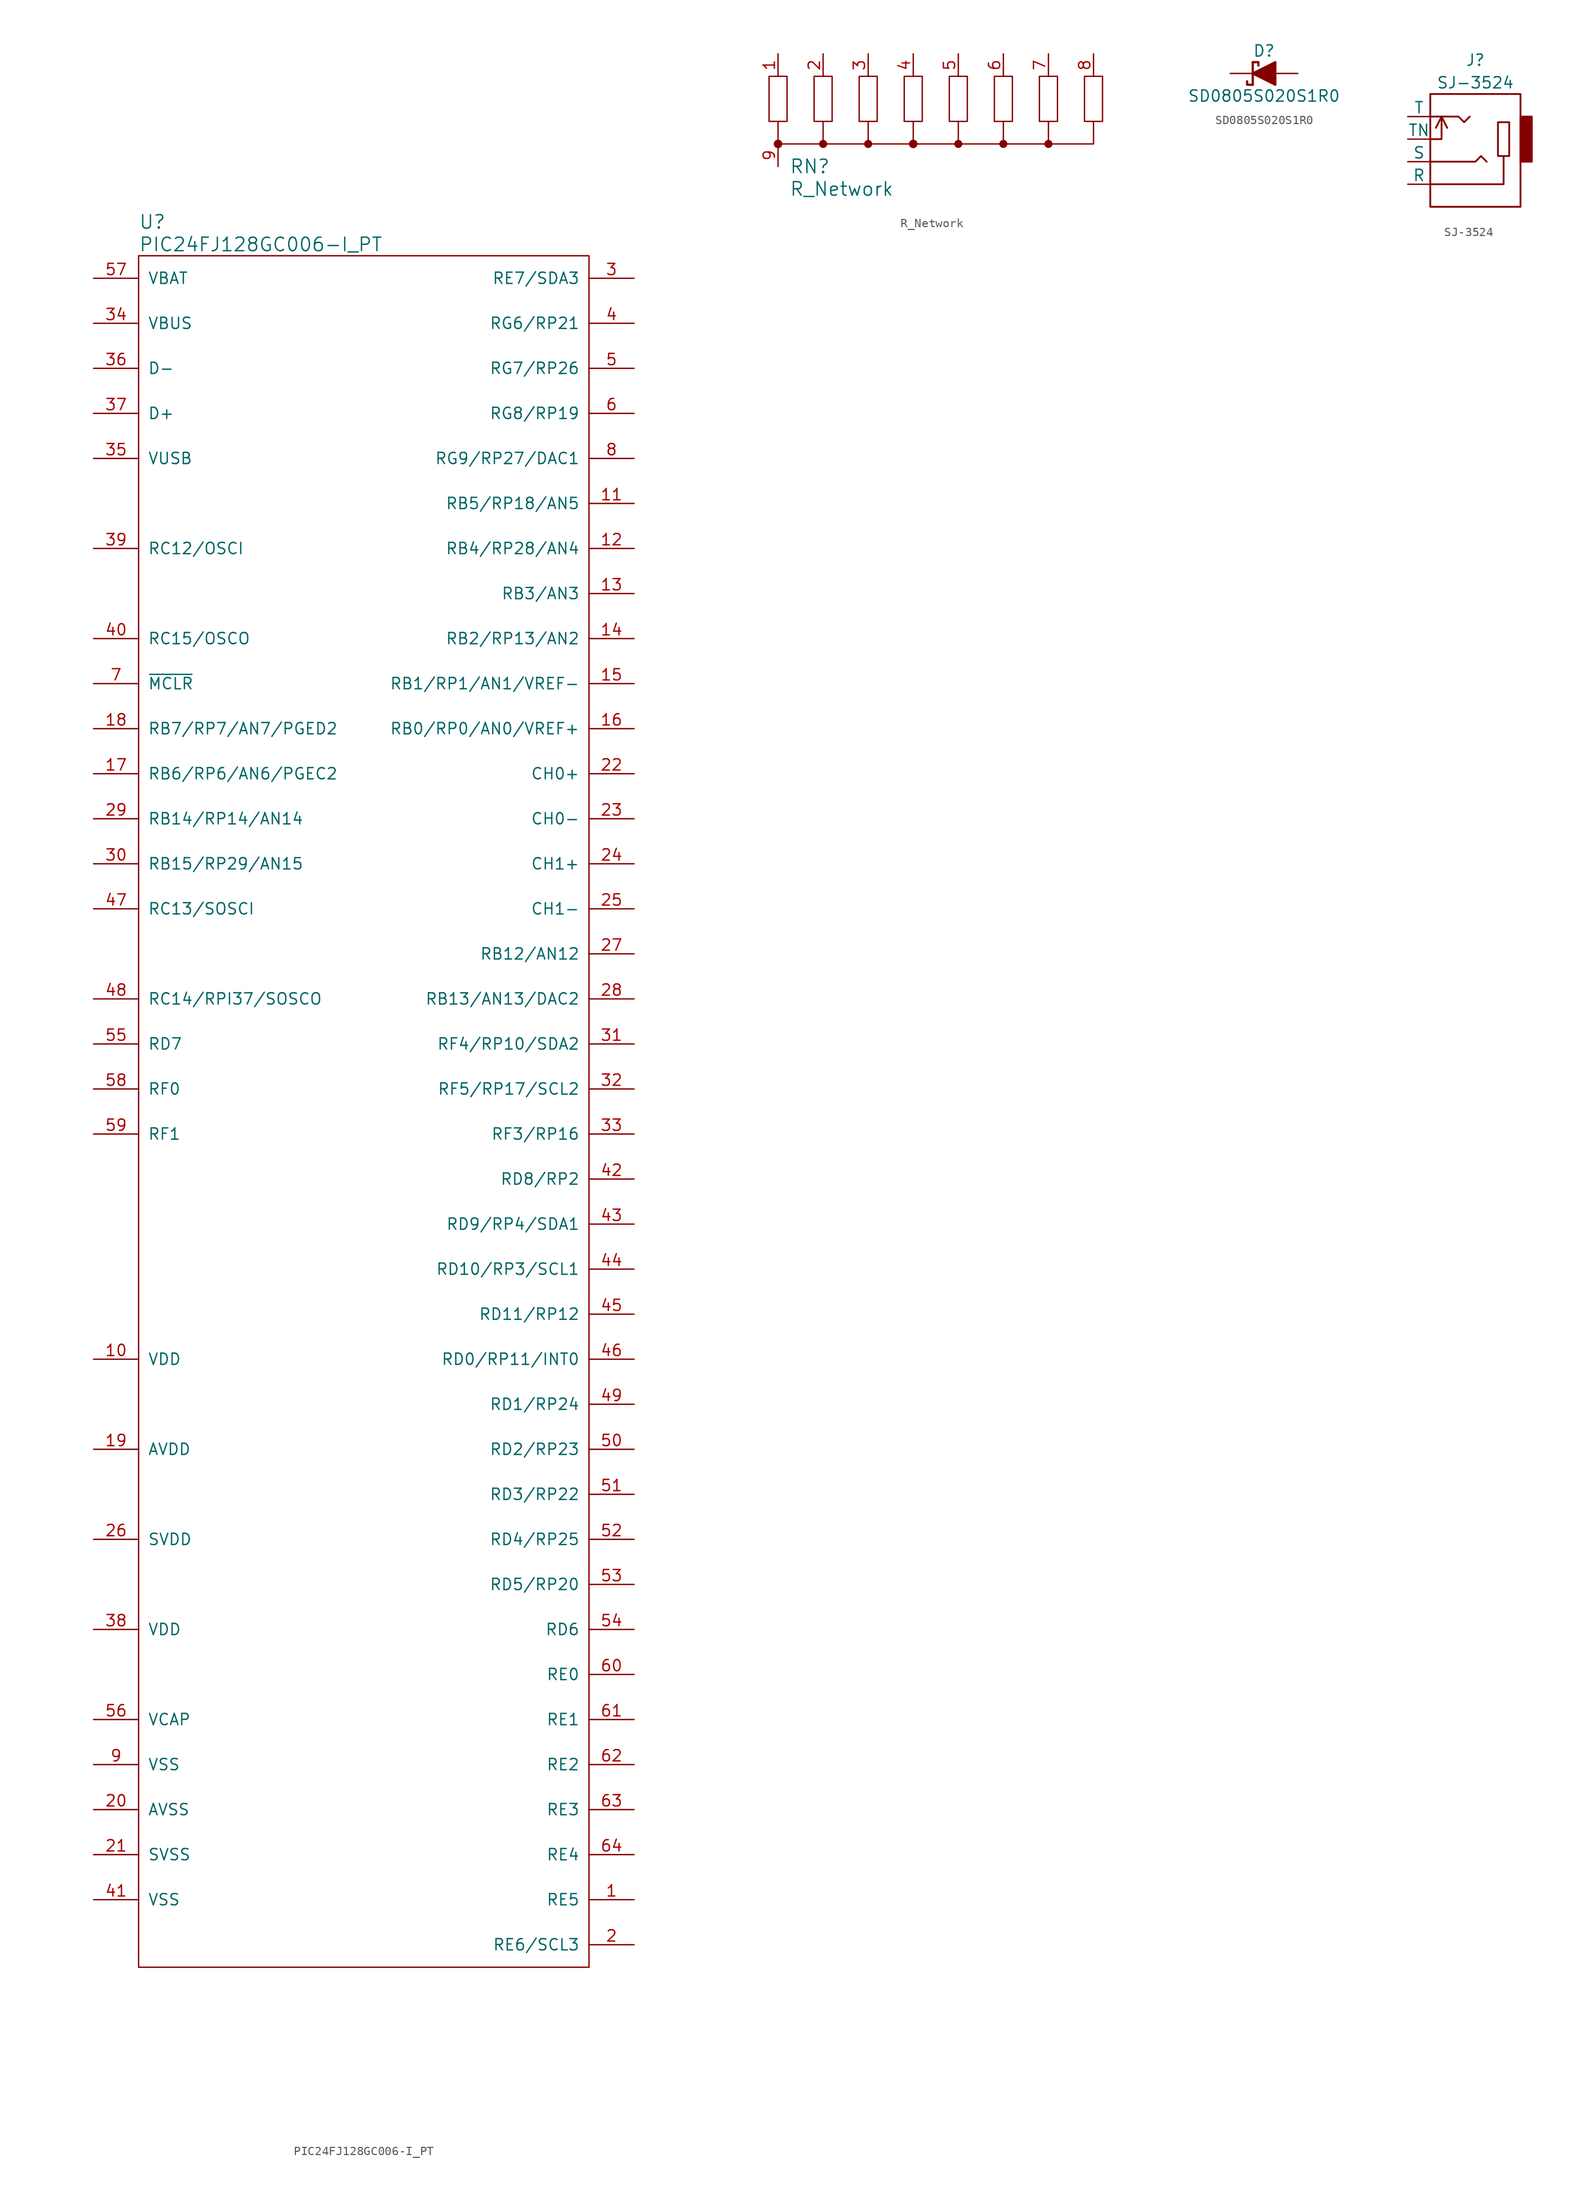
<source format=kicad_sym>
(kicad_symbol_lib
  (version 20211014)
  (generator kicad_symbol_editor)
  (symbol "PIC24FJ128GC006-I_PT"
    (pin_names
      (offset 1.016))
    (property "Reference" "U"
      (at -25.4 100.33 0)
      (effects (font (size 1.524 1.524)) (justify left)))
    (property "Value" "PIC24FJ128GC006-I_PT"
      (at -25.4 97.79 0)
      (effects (font (size 1.524 1.524)) (justify left)))
    (symbol "PIC24FJ128GC006-I_PT_0_1"
      (rectangle (start 25.4 96.52) (end -25.4 -96.52) (stroke (width 0) (type default) (color 0 0 0 0)) (fill (type none))))
    (symbol "PIC24FJ128GC006-I_PT_1_1"
      (pin input line (at 30.48 -88.9 180) (length 5.08) (name "RE5" (effects (font (size 1.27 1.27)))) (number "1" (effects (font (size 1.27 1.27)))))
      (pin input line (at -30.48 -27.94 0) (length 5.08) (name "VDD" (effects (font (size 1.27 1.27)))) (number "10" (effects (font (size 1.27 1.27)))))
      (pin input line (at 30.48 68.58 180) (length 5.08) (name "RB5/RP18/AN5" (effects (font (size 1.27 1.27)))) (number "11" (effects (font (size 1.27 1.27)))))
      (pin input line (at 30.48 63.5 180) (length 5.08) (name "RB4/RP28/AN4" (effects (font (size 1.27 1.27)))) (number "12" (effects (font (size 1.27 1.27)))))
      (pin input line (at 30.48 58.42 180) (length 5.08) (name "RB3/AN3" (effects (font (size 1.27 1.27)))) (number "13" (effects (font (size 1.27 1.27)))))
      (pin input line (at 30.48 53.34 180) (length 5.08) (name "RB2/RP13/AN2" (effects (font (size 1.27 1.27)))) (number "14" (effects (font (size 1.27 1.27)))))
      (pin input line (at 30.48 48.26 180) (length 5.08) (name "RB1/RP1/AN1/VREF-" (effects (font (size 1.27 1.27)))) (number "15" (effects (font (size 1.27 1.27)))))
      (pin input line (at 30.48 43.18 180) (length 5.08) (name "RB0/RP0/AN0/VREF+" (effects (font (size 1.27 1.27)))) (number "16" (effects (font (size 1.27 1.27)))))
      (pin input line (at -30.48 38.1 0) (length 5.08) (name "RB6/RP6/AN6/PGEC2" (effects (font (size 1.27 1.27)))) (number "17" (effects (font (size 1.27 1.27)))))
      (pin input line (at -30.48 43.18 0) (length 5.08) (name "RB7/RP7/AN7/PGED2" (effects (font (size 1.27 1.27)))) (number "18" (effects (font (size 1.27 1.27)))))
      (pin input line (at -30.48 -38.1 0) (length 5.08) (name "AVDD" (effects (font (size 1.27 1.27)))) (number "19" (effects (font (size 1.27 1.27)))))
      (pin input line (at 30.48 -93.98 180) (length 5.08) (name "RE6/SCL3" (effects (font (size 1.27 1.27)))) (number "2" (effects (font (size 1.27 1.27)))))
      (pin input line (at -30.48 -78.74 0) (length 5.08) (name "AVSS" (effects (font (size 1.27 1.27)))) (number "20" (effects (font (size 1.27 1.27)))))
      (pin input line (at -30.48 -83.82 0) (length 5.08) (name "SVSS" (effects (font (size 1.27 1.27)))) (number "21" (effects (font (size 1.27 1.27)))))
      (pin input line (at 30.48 38.1 180) (length 5.08) (name "CH0+" (effects (font (size 1.27 1.27)))) (number "22" (effects (font (size 1.27 1.27)))))
      (pin input line (at 30.48 33.02 180) (length 5.08) (name "CH0-" (effects (font (size 1.27 1.27)))) (number "23" (effects (font (size 1.27 1.27)))))
      (pin input line (at 30.48 27.94 180) (length 5.08) (name "CH1+" (effects (font (size 1.27 1.27)))) (number "24" (effects (font (size 1.27 1.27)))))
      (pin input line (at 30.48 22.86 180) (length 5.08) (name "CH1-" (effects (font (size 1.27 1.27)))) (number "25" (effects (font (size 1.27 1.27)))))
      (pin input line (at -30.48 -48.26 0) (length 5.08) (name "SVDD" (effects (font (size 1.27 1.27)))) (number "26" (effects (font (size 1.27 1.27)))))
      (pin input line (at 30.48 17.78 180) (length 5.08) (name "RB12/AN12" (effects (font (size 1.27 1.27)))) (number "27" (effects (font (size 1.27 1.27)))))
      (pin input line (at 30.48 12.7 180) (length 5.08) (name "RB13/AN13/DAC2" (effects (font (size 1.27 1.27)))) (number "28" (effects (font (size 1.27 1.27)))))
      (pin input line (at -30.48 33.02 0) (length 5.08) (name "RB14/RP14/AN14" (effects (font (size 1.27 1.27)))) (number "29" (effects (font (size 1.27 1.27)))))
      (pin input line (at 30.48 93.98 180) (length 5.08) (name "RE7/SDA3" (effects (font (size 1.27 1.27)))) (number "3" (effects (font (size 1.27 1.27)))))
      (pin input line (at -30.48 27.94 0) (length 5.08) (name "RB15/RP29/AN15" (effects (font (size 1.27 1.27)))) (number "30" (effects (font (size 1.27 1.27)))))
      (pin input line (at 30.48 7.62 180) (length 5.08) (name "RF4/RP10/SDA2" (effects (font (size 1.27 1.27)))) (number "31" (effects (font (size 1.27 1.27)))))
      (pin input line (at 30.48 2.54 180) (length 5.08) (name "RF5/RP17/SCL2" (effects (font (size 1.27 1.27)))) (number "32" (effects (font (size 1.27 1.27)))))
      (pin input line (at 30.48 -2.54 180) (length 5.08) (name "RF3/RP16" (effects (font (size 1.27 1.27)))) (number "33" (effects (font (size 1.27 1.27)))))
      (pin input line (at -30.48 88.9 0) (length 5.08) (name "VBUS" (effects (font (size 1.27 1.27)))) (number "34" (effects (font (size 1.27 1.27)))))
      (pin input line (at -30.48 73.66 0) (length 5.08) (name "VUSB" (effects (font (size 1.27 1.27)))) (number "35" (effects (font (size 1.27 1.27)))))
      (pin input line (at -30.48 83.82 0) (length 5.08) (name "D-" (effects (font (size 1.27 1.27)))) (number "36" (effects (font (size 1.27 1.27)))))
      (pin input line (at -30.48 78.74 0) (length 5.08) (name "D+" (effects (font (size 1.27 1.27)))) (number "37" (effects (font (size 1.27 1.27)))))
      (pin input line (at -30.48 -58.42 0) (length 5.08) (name "VDD" (effects (font (size 1.27 1.27)))) (number "38" (effects (font (size 1.27 1.27)))))
      (pin input line (at -30.48 63.5 0) (length 5.08) (name "RC12/OSCI" (effects (font (size 1.27 1.27)))) (number "39" (effects (font (size 1.27 1.27)))))
      (pin input line (at 30.48 88.9 180) (length 5.08) (name "RG6/RP21" (effects (font (size 1.27 1.27)))) (number "4" (effects (font (size 1.27 1.27)))))
      (pin input line (at -30.48 53.34 0) (length 5.08) (name "RC15/OSCO" (effects (font (size 1.27 1.27)))) (number "40" (effects (font (size 1.27 1.27)))))
      (pin input line (at -30.48 -88.9 0) (length 5.08) (name "VSS" (effects (font (size 1.27 1.27)))) (number "41" (effects (font (size 1.27 1.27)))))
      (pin input line (at 30.48 -7.62 180) (length 5.08) (name "RD8/RP2" (effects (font (size 1.27 1.27)))) (number "42" (effects (font (size 1.27 1.27)))))
      (pin input line (at 30.48 -12.7 180) (length 5.08) (name "RD9/RP4/SDA1" (effects (font (size 1.27 1.27)))) (number "43" (effects (font (size 1.27 1.27)))))
      (pin input line (at 30.48 -17.78 180) (length 5.08) (name "RD10/RP3/SCL1" (effects (font (size 1.27 1.27)))) (number "44" (effects (font (size 1.27 1.27)))))
      (pin input line (at 30.48 -22.86 180) (length 5.08) (name "RD11/RP12" (effects (font (size 1.27 1.27)))) (number "45" (effects (font (size 1.27 1.27)))))
      (pin input line (at 30.48 -27.94 180) (length 5.08) (name "RD0/RP11/INT0" (effects (font (size 1.27 1.27)))) (number "46" (effects (font (size 1.27 1.27)))))
      (pin input line (at -30.48 22.86 0) (length 5.08) (name "RC13/SOSCI" (effects (font (size 1.27 1.27)))) (number "47" (effects (font (size 1.27 1.27)))))
      (pin input line (at -30.48 12.7 0) (length 5.08) (name "RC14/RPI37/SOSCO" (effects (font (size 1.27 1.27)))) (number "48" (effects (font (size 1.27 1.27)))))
      (pin input line (at 30.48 -33.02 180) (length 5.08) (name "RD1/RP24" (effects (font (size 1.27 1.27)))) (number "49" (effects (font (size 1.27 1.27)))))
      (pin input line (at 30.48 83.82 180) (length 5.08) (name "RG7/RP26" (effects (font (size 1.27 1.27)))) (number "5" (effects (font (size 1.27 1.27)))))
      (pin input line (at 30.48 -38.1 180) (length 5.08) (name "RD2/RP23" (effects (font (size 1.27 1.27)))) (number "50" (effects (font (size 1.27 1.27)))))
      (pin input line (at 30.48 -43.18 180) (length 5.08) (name "RD3/RP22" (effects (font (size 1.27 1.27)))) (number "51" (effects (font (size 1.27 1.27)))))
      (pin input line (at 30.48 -48.26 180) (length 5.08) (name "RD4/RP25" (effects (font (size 1.27 1.27)))) (number "52" (effects (font (size 1.27 1.27)))))
      (pin input line (at 30.48 -53.34 180) (length 5.08) (name "RD5/RP20" (effects (font (size 1.27 1.27)))) (number "53" (effects (font (size 1.27 1.27)))))
      (pin input line (at 30.48 -58.42 180) (length 5.08) (name "RD6" (effects (font (size 1.27 1.27)))) (number "54" (effects (font (size 1.27 1.27)))))
      (pin input line (at -30.48 7.62 0) (length 5.08) (name "RD7" (effects (font (size 1.27 1.27)))) (number "55" (effects (font (size 1.27 1.27)))))
      (pin input line (at -30.48 -68.58 0) (length 5.08) (name "VCAP" (effects (font (size 1.27 1.27)))) (number "56" (effects (font (size 1.27 1.27)))))
      (pin input line (at -30.48 93.98 0) (length 5.08) (name "VBAT" (effects (font (size 1.27 1.27)))) (number "57" (effects (font (size 1.27 1.27)))))
      (pin input line (at -30.48 2.54 0) (length 5.08) (name "RF0" (effects (font (size 1.27 1.27)))) (number "58" (effects (font (size 1.27 1.27)))))
      (pin input line (at -30.48 -2.54 0) (length 5.08) (name "RF1" (effects (font (size 1.27 1.27)))) (number "59" (effects (font (size 1.27 1.27)))))
      (pin input line (at 30.48 78.74 180) (length 5.08) (name "RG8/RP19" (effects (font (size 1.27 1.27)))) (number "6" (effects (font (size 1.27 1.27)))))
      (pin input line (at 30.48 -63.5 180) (length 5.08) (name "RE0" (effects (font (size 1.27 1.27)))) (number "60" (effects (font (size 1.27 1.27)))))
      (pin input line (at 30.48 -68.58 180) (length 5.08) (name "RE1" (effects (font (size 1.27 1.27)))) (number "61" (effects (font (size 1.27 1.27)))))
      (pin input line (at 30.48 -73.66 180) (length 5.08) (name "RE2" (effects (font (size 1.27 1.27)))) (number "62" (effects (font (size 1.27 1.27)))))
      (pin input line (at 30.48 -78.74 180) (length 5.08) (name "RE3" (effects (font (size 1.27 1.27)))) (number "63" (effects (font (size 1.27 1.27)))))
      (pin input line (at 30.48 -83.82 180) (length 5.08) (name "RE4" (effects (font (size 1.27 1.27)))) (number "64" (effects (font (size 1.27 1.27)))))
      (pin input line (at -30.48 48.26 0) (length 5.08) (name "~{MCLR}" (effects (font (size 1.27 1.27)))) (number "7" (effects (font (size 1.27 1.27)))))
      (pin input line (at 30.48 73.66 180) (length 5.08) (name "RG9/RP27/DAC1" (effects (font (size 1.27 1.27)))) (number "8" (effects (font (size 1.27 1.27)))))
      (pin input line (at -30.48 -73.66 0) (length 5.08) (name "VSS" (effects (font (size 1.27 1.27)))) (number "9" (effects (font (size 1.27 1.27)))))))
  (symbol "R_Network"
    (pin_names
      (offset 1.016))
    (property "Reference" "RN"
      (at -16.51 -7.62 0)
      (effects (font (size 1.524 1.524)) (justify left)))
    (property "Value" "R_Network"
      (at -16.51 -10.16 0)
      (effects (font (size 1.524 1.524)) (justify left)))
    (symbol "R_Network_0_1"
      (rectangle (start -18.796 2.54) (end -16.764 -2.54) (stroke (width 0) (type default) (color 0 0 0 0)) (fill (type none)))
      (circle (center -17.78 -5.08) (radius 0.406) (stroke (width 0) (type default) (color 0 0 0 0)) (fill (type outline)))
      (circle (center -12.7 -5.08) (radius 0.381) (stroke (width 0) (type default) (color 0 0 0 0)) (fill (type outline)))
      (rectangle (start -11.684 2.54) (end -13.716 -2.54) (stroke (width 0) (type default) (color 0 0 0 0)) (fill (type none)))
      (rectangle (start -8.636 2.54) (end -6.604 -2.54) (stroke (width 0) (type default) (color 0 0 0 0)) (fill (type none)))
      (circle (center -7.62 -5.08) (radius 0.381) (stroke (width 0) (type default) (color 0 0 0 0)) (fill (type outline)))
      (rectangle (start -3.556 2.54) (end -1.524 -2.54) (stroke (width 0) (type default) (color 0 0 0 0)) (fill (type none)))
      (circle (center -2.54 -5.08) (radius 0.406) (stroke (width 0) (type default) (color 0 0 0 0)) (fill (type outline)))
      (polyline (pts (xy -12.7 -2.54) (xy -12.7 -5.08)) (stroke (width 0) (type default) (color 0 0 0 0)) (fill (type none)))
      (polyline (pts (xy -7.62 -2.54) (xy -7.62 -5.08)) (stroke (width 0) (type default) (color 0 0 0 0)) (fill (type none)))
      (polyline (pts (xy -2.54 -2.54) (xy -2.54 -5.08)) (stroke (width 0) (type default) (color 0 0 0 0)) (fill (type none)))
      (polyline (pts (xy 2.54 -2.54) (xy 2.54 -5.08)) (stroke (width 0) (type default) (color 0 0 0 0)) (fill (type none)))
      (polyline (pts (xy 7.62 -2.54) (xy 7.62 -5.08)) (stroke (width 0) (type default) (color 0 0 0 0)) (fill (type none)))
      (polyline (pts (xy 12.7 -2.54) (xy 12.7 -5.08)) (stroke (width 0) (type default) (color 0 0 0 0)) (fill (type none)))
      (polyline (pts (xy 17.78 -2.54) (xy 17.78 -5.08) (xy -17.78 -5.08) (xy -17.78 -2.54)) (stroke (width 0) (type default) (color 0 0 0 0)) (fill (type none)))
      (rectangle (start 1.524 2.54) (end 3.556 -2.54) (stroke (width 0) (type default) (color 0 0 0 0)) (fill (type none)))
      (circle (center 2.54 -5.08) (radius 0.381) (stroke (width 0) (type default) (color 0 0 0 0)) (fill (type outline)))
      (rectangle (start 6.604 2.54) (end 8.636 -2.54) (stroke (width 0) (type default) (color 0 0 0 0)) (fill (type none)))
      (circle (center 7.62 -5.08) (radius 0.381) (stroke (width 0) (type default) (color 0 0 0 0)) (fill (type outline)))
      (rectangle (start 11.684 2.54) (end 13.716 -2.54) (stroke (width 0) (type default) (color 0 0 0 0)) (fill (type none)))
      (circle (center 12.7 -5.08) (radius 0.381) (stroke (width 0) (type default) (color 0 0 0 0)) (fill (type outline)))
      (rectangle (start 16.764 2.54) (end 18.796 -2.54) (stroke (width 0) (type default) (color 0 0 0 0)) (fill (type none))))
    (symbol "R_Network_1_1"
      (pin input line (at -17.78 5.08 270) (length 2.54) (name "~" (effects (font (size 1.27 1.27)))) (number "1" (effects (font (size 1.27 1.27)))))
      (pin input line (at -12.7 5.08 270) (length 2.54) (name "~" (effects (font (size 1.27 1.27)))) (number "2" (effects (font (size 1.27 1.27)))))
      (pin input line (at -7.62 5.08 270) (length 2.54) (name "~" (effects (font (size 1.27 1.27)))) (number "3" (effects (font (size 1.27 1.27)))))
      (pin input line (at -2.54 5.08 270) (length 2.54) (name "~" (effects (font (size 1.27 1.27)))) (number "4" (effects (font (size 1.27 1.27)))))
      (pin input line (at 2.54 5.08 270) (length 2.54) (name "~" (effects (font (size 1.27 1.27)))) (number "5" (effects (font (size 1.27 1.27)))))
      (pin input line (at 7.62 5.08 270) (length 2.54) (name "~" (effects (font (size 1.27 1.27)))) (number "6" (effects (font (size 1.27 1.27)))))
      (pin input line (at 12.7 5.08 270) (length 2.54) (name "~" (effects (font (size 1.27 1.27)))) (number "7" (effects (font (size 1.27 1.27)))))
      (pin input line (at 17.78 5.08 270) (length 2.54) (name "~" (effects (font (size 1.27 1.27)))) (number "8" (effects (font (size 1.27 1.27)))))
      (pin input line (at -17.78 -7.62 90) (length 2.54) (name "~" (effects (font (size 1.27 1.27)))) (number "9" (effects (font (size 1.27 1.27)))))))
  (symbol "SD0805S020S1R0"
    (pin_numbers hide)
    (pin_names hide)
    (property "Reference" "D"
      (at 0 2.54 0)
      (effects (font (size 1.27 1.27))))
    (property "Value" "SD0805S020S1R0"
      (at 0 -2.54 0)
      (effects (font (size 1.27 1.27))))
    (symbol "SD0805S020S1R0_0_1"
      (polyline (pts (xy -1.27 1.27) (xy -1.27 -1.27)) (stroke (width 0.254) (type default) (color 0 0 0 0)) (fill (type none)))
      (polyline (pts (xy -1.27 -1.27) (xy -1.905 -1.27) (xy -1.905 -0.889)) (stroke (width 0.254) (type default) (color 0 0 0 0)) (fill (type none)))
      (polyline (pts (xy -1.27 0) (xy 1.27 1.27) (xy 1.27 -1.27) (xy -1.27 0)) (stroke (width 0.254) (type default) (color 0 0 0 0)) (fill (type outline)))
      (polyline (pts (xy -1.27 1.27) (xy -0.635 1.27) (xy -0.635 0.889) (xy -0.635 1.27)) (stroke (width 0.254) (type default) (color 0 0 0 0)) (fill (type none))))
    (symbol "SD0805S020S1R0_1_1"
      (pin passive line (at -3.81 0 0) (length 2.54) (name "~" (effects (font (size 1.27 1.27)))) (number "1" (effects (font (size 1.27 1.27)))))
      (pin passive line (at 3.81 0 180) (length 2.54) (name "~" (effects (font (size 1.27 1.27)))) (number "2" (effects (font (size 1.27 1.27)))))))
  (symbol "SJ-3524"
    (pin_numbers hide)
    (pin_names
      (offset 0))
    (property "Reference" "J"
      (at 0 10.16 0)
      (effects (font (size 1.27 1.27))))
    (property "Value" "SJ-3524"
      (at 0 7.62 0)
      (effects (font (size 1.27 1.27))))
    (symbol "SJ-3524_0_1"
      (rectangle (start -5.08 6.35) (end 5.08 -6.35) (stroke (width 0.203) (type default) (color 0 0 0 0)) (fill (type none)))
      (polyline (pts (xy -5.08 -3.81) (xy 3.175 -3.81) (xy 3.175 -0.635)) (stroke (width 0.203) (type default) (color 0 0 0 0)) (fill (type none)))
      (polyline (pts (xy -5.08 1.27) (xy -3.81 1.27) (xy -3.81 3.81)) (stroke (width 0.203) (type default) (color 0 0 0 0)) (fill (type none)))
      (polyline (pts (xy -4.445 2.54) (xy -3.81 3.81) (xy -3.175 2.54)) (stroke (width 0.203) (type default) (color 0 0 0 0)) (fill (type none)))
      (polyline (pts (xy -5.08 -1.27) (xy 0 -1.27) (xy 0.635 -0.635) (xy 1.27 -1.27)) (stroke (width 0.203) (type default) (color 0 0 0 0)) (fill (type none)))
      (polyline (pts (xy -5.08 3.81) (xy -1.905 3.81) (xy -1.27 3.175) (xy -0.635 3.81)) (stroke (width 0.203) (type default) (color 0 0 0 0)) (fill (type none)))
      (rectangle (start 2.54 -0.635) (end 3.81 3.175) (stroke (width 0.203) (type default) (color 0 0 0 0)) (fill (type none)))
      (rectangle (start 5.08 3.81) (end 6.35 -1.27) (stroke (width 0.203) (type default) (color 0 0 0 0)) (fill (type outline))))
    (symbol "SJ-3524_1_1"
      (pin passive line (at -7.62 -3.81 0) (length 2.54) (name "R" (effects (font (size 1.27 1.27)))) (number "1" (effects (font (size 1.27 1.27)))))
      (pin passive line (at -7.62 3.81 0) (length 2.54) (name "T" (effects (font (size 1.27 1.27)))) (number "2" (effects (font (size 1.27 1.27)))))
      (pin passive line (at -7.62 -1.27 0) (length 2.54) (name "S" (effects (font (size 1.27 1.27)))) (number "3" (effects (font (size 1.27 1.27)))))
      (pin passive line (at -7.62 1.27 0) (length 2.54) (name "TN" (effects (font (size 1.27 1.27)))) (number "4" (effects (font (size 1.27 1.27))))))))
</source>
